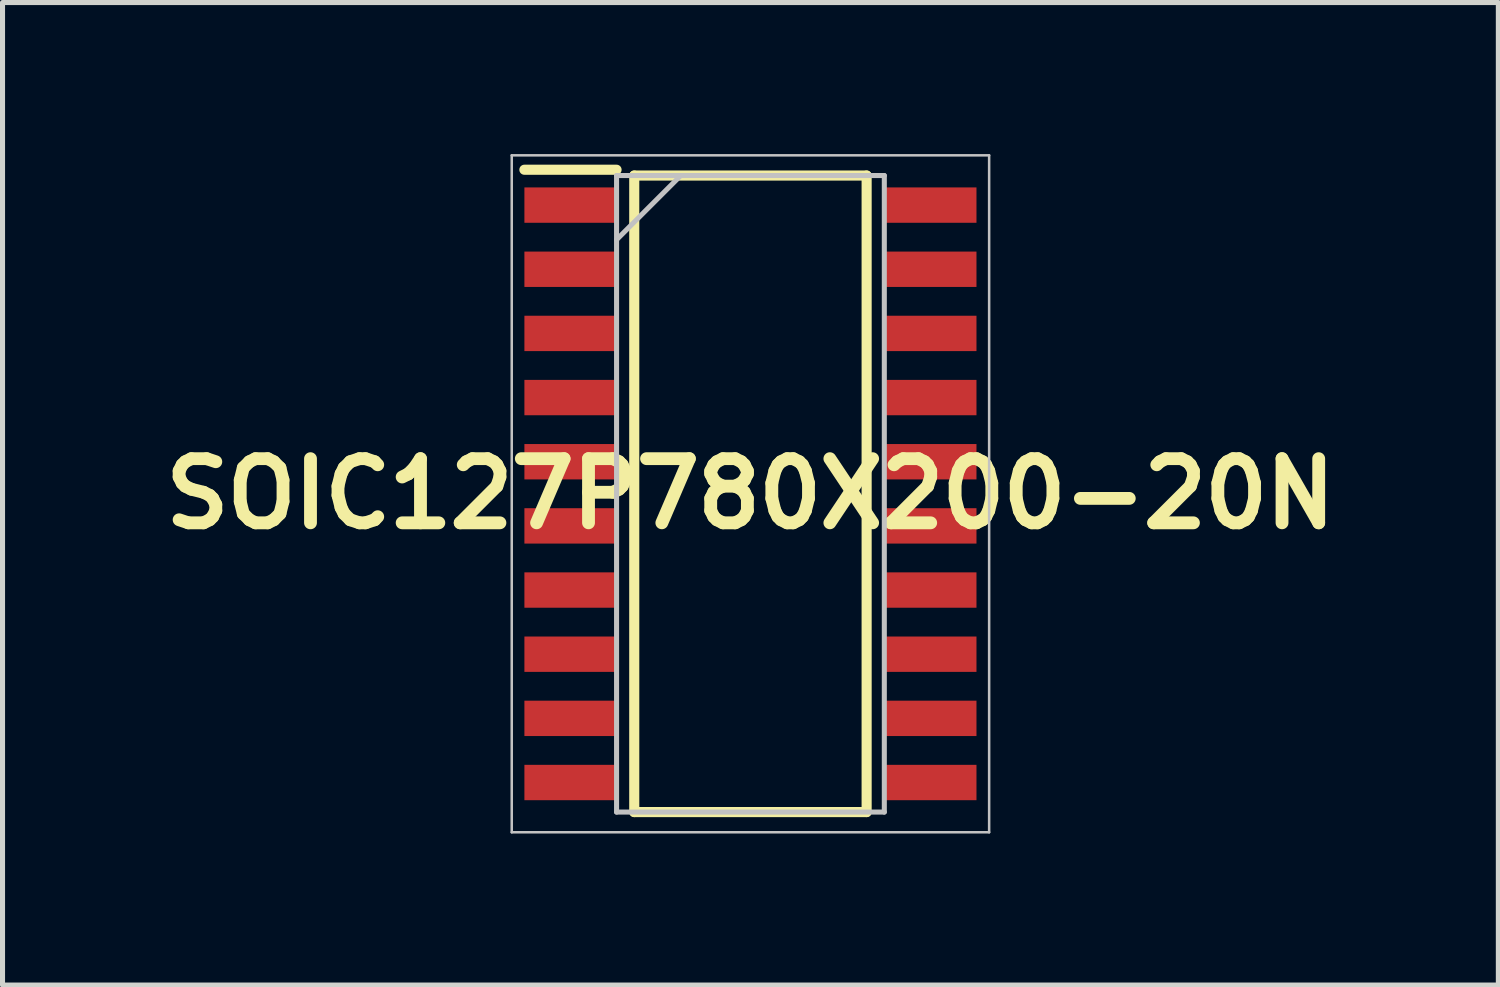
<source format=kicad_pcb>
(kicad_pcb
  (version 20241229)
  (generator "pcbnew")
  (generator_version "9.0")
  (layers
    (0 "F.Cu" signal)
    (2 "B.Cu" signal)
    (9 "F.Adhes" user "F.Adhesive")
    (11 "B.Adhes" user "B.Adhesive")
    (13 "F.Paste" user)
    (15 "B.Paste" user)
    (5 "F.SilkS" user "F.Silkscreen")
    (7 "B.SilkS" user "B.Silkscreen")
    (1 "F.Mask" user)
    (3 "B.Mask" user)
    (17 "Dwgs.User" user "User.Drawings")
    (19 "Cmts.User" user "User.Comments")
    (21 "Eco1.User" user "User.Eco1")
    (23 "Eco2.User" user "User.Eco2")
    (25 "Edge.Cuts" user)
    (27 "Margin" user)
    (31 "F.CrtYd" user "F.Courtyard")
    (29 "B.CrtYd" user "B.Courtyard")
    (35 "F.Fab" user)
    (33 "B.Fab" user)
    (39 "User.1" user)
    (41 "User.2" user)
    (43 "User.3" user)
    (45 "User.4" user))
  (footprint "SOIC127P780X200-20N"
    (layer "F.Cu")
    (at 11.805 6.725)
    (property "Reference" "SOIC127P780X200-20N" (at 0 0 0) (layer "F.SilkS") (effects (font (size 1.27 1.27) (thickness 0.254))))
    (attr smd)
    (fp_line (start -4.475 -6.415) (end -2.65 -6.415) (stroke (width 0.2) (type solid)) (layer "F.SilkS"))
    (fp_line (start -2.3 -6.3) (end 2.3 -6.3) (stroke (width 0.2) (type solid)) (layer "F.SilkS"))
    (fp_line (start -2.3 6.3) (end -2.3 -6.3) (stroke (width 0.2) (type solid)) (layer "F.SilkS"))
    (fp_line (start 2.3 -6.3) (end 2.3 6.3) (stroke (width 0.2) (type solid)) (layer "F.SilkS"))
    (fp_line (start 2.3 6.3) (end -2.3 6.3) (stroke (width 0.2) (type solid)) (layer "F.SilkS"))
    (fp_line (start -4.725 -6.7) (end 4.725 -6.7) (stroke (width 0.05) (type solid)) (layer "Dwgs.User"))
    (fp_line (start -4.725 6.7) (end -4.725 -6.7) (stroke (width 0.05) (type solid)) (layer "Dwgs.User"))
    (fp_line (start -2.65 -6.3) (end 2.65 -6.3) (stroke (width 0.1) (type solid)) (layer "Dwgs.User"))
    (fp_line (start -2.65 -5.03) (end -1.38 -6.3) (stroke (width 0.1) (type solid)) (layer "Dwgs.User"))
    (fp_line (start -2.65 6.3) (end -2.65 -6.3) (stroke (width 0.1) (type solid)) (layer "Dwgs.User"))
    (fp_line (start 2.65 -6.3) (end 2.65 6.3) (stroke (width 0.1) (type solid)) (layer "Dwgs.User"))
    (fp_line (start 2.65 6.3) (end -2.65 6.3) (stroke (width 0.1) (type solid)) (layer "Dwgs.User"))
    (fp_line (start 4.725 -6.7) (end 4.725 6.7) (stroke (width 0.05) (type solid)) (layer "Dwgs.User"))
    (fp_line (start 4.725 6.7) (end -4.725 6.7) (stroke (width 0.05) (type solid)) (layer "Dwgs.User"))
    (pad "1" smd rect (at -3.562 -5.715 90) (size 0.7 1.825) (layers "F.Cu" "F.Mask" "F.Paste"))
    (pad "2" smd rect (at -3.562 -4.445 90) (size 0.7 1.825) (layers "F.Cu" "F.Mask" "F.Paste"))
    (pad "3" smd rect (at -3.562 -3.175 90) (size 0.7 1.825) (layers "F.Cu" "F.Mask" "F.Paste"))
    (pad "4" smd rect (at -3.562 -1.905 90) (size 0.7 1.825) (layers "F.Cu" "F.Mask" "F.Paste"))
    (pad "5" smd rect (at -3.562 -0.635 90) (size 0.7 1.825) (layers "F.Cu" "F.Mask" "F.Paste"))
    (pad "6" smd rect (at -3.562 0.635 90) (size 0.7 1.825) (layers "F.Cu" "F.Mask" "F.Paste"))
    (pad "7" smd rect (at -3.562 1.905 90) (size 0.7 1.825) (layers "F.Cu" "F.Mask" "F.Paste"))
    (pad "8" smd rect (at -3.562 3.175 90) (size 0.7 1.825) (layers "F.Cu" "F.Mask" "F.Paste"))
    (pad "9" smd rect (at -3.562 4.445 90) (size 0.7 1.825) (layers "F.Cu" "F.Mask" "F.Paste"))
    (pad "10" smd rect (at -3.562 5.715 90) (size 0.7 1.825) (layers "F.Cu" "F.Mask" "F.Paste"))
    (pad "11" smd rect (at 3.562 5.715 90) (size 0.7 1.825) (layers "F.Cu" "F.Mask" "F.Paste"))
    (pad "12" smd rect (at 3.562 4.445 90) (size 0.7 1.825) (layers "F.Cu" "F.Mask" "F.Paste"))
    (pad "13" smd rect (at 3.562 3.175 90) (size 0.7 1.825) (layers "F.Cu" "F.Mask" "F.Paste"))
    (pad "14" smd rect (at 3.562 1.905 90) (size 0.7 1.825) (layers "F.Cu" "F.Mask" "F.Paste"))
    (pad "15" smd rect (at 3.562 0.635 90) (size 0.7 1.825) (layers "F.Cu" "F.Mask" "F.Paste"))
    (pad "16" smd rect (at 3.562 -0.635 90) (size 0.7 1.825) (layers "F.Cu" "F.Mask" "F.Paste"))
    (pad "17" smd rect (at 3.562 -1.905 90) (size 0.7 1.825) (layers "F.Cu" "F.Mask" "F.Paste"))
    (pad "18" smd rect (at 3.562 -3.175 90) (size 0.7 1.825) (layers "F.Cu" "F.Mask" "F.Paste"))
    (pad "19" smd rect (at 3.562 -4.445 90) (size 0.7 1.825) (layers "F.Cu" "F.Mask" "F.Paste"))
    (pad "20" smd rect (at 3.562 -5.715 90) (size 0.7 1.825) (layers "F.Cu" "F.Mask" "F.Paste")))
  (gr_rect
    (start -3 -3)
    (end 26.61 16.45)
    (stroke (width 0.1) (type default))
    (fill no)
    (layer "Edge.Cuts")))
</source>
